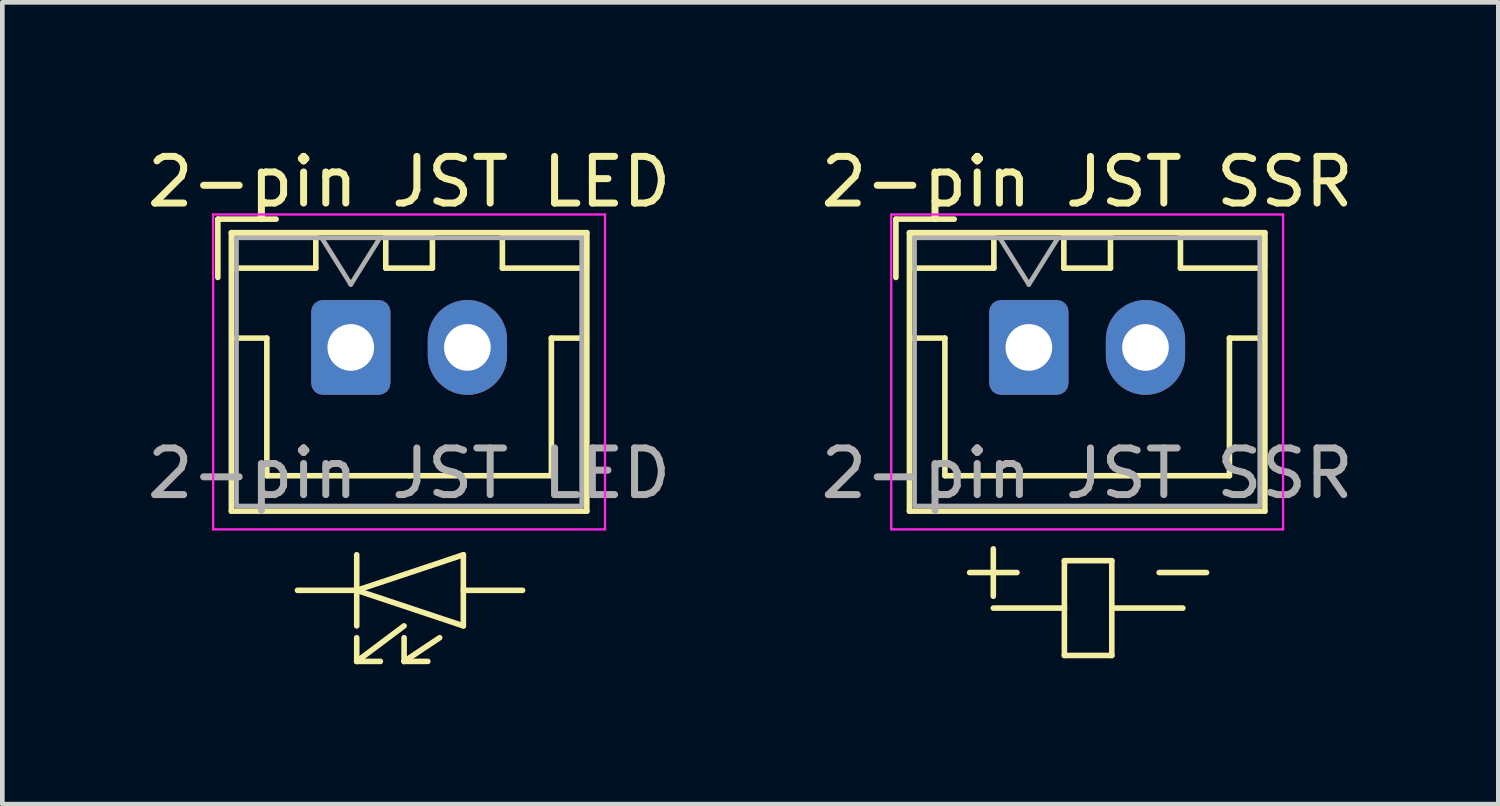
<source format=kicad_pcb>
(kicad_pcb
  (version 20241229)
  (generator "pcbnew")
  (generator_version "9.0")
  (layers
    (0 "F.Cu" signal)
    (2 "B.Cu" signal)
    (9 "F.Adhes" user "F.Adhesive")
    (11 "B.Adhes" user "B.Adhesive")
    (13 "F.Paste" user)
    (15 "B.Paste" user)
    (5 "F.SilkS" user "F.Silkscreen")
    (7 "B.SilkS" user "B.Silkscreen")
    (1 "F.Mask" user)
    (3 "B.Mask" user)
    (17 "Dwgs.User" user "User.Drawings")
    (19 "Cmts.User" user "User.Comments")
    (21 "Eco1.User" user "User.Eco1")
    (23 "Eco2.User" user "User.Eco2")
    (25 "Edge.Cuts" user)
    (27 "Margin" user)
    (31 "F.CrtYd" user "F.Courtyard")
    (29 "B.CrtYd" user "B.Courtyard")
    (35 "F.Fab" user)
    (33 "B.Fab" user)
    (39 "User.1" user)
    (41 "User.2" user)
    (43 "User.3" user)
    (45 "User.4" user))
  (footprint "2-pin JST LED"
    (layer "F.Cu")
    (at 4.47 4.398)
    (property "Reference" "2-pin JST LED" (at 1.25 -3.55 0) (layer "F.SilkS") (effects (font (size 1 1) (thickness 0.15))))
    (attr through_hole)
    (fp_line (start -2.85 -2.75) (end -2.85 -1.5) (stroke (width 0.12) (type solid)) (layer "F.SilkS"))
    (fp_line (start -2.56 -2.46) (end -2.56 3.51) (stroke (width 0.12) (type solid)) (layer "F.SilkS"))
    (fp_line (start -2.56 3.51) (end 5.06 3.51) (stroke (width 0.12) (type solid)) (layer "F.SilkS"))
    (fp_line (start -2.55 -2.45) (end -2.55 -1.7) (stroke (width 0.12) (type solid)) (layer "F.SilkS"))
    (fp_line (start -2.55 -1.7) (end -0.75 -1.7) (stroke (width 0.12) (type solid)) (layer "F.SilkS"))
    (fp_line (start -2.55 -0.2) (end -1.8 -0.2) (stroke (width 0.12) (type solid)) (layer "F.SilkS"))
    (fp_line (start -1.8 -0.2) (end -1.8 2.75) (stroke (width 0.12) (type solid)) (layer "F.SilkS"))
    (fp_line (start -1.8 2.75) (end 1.25 2.75) (stroke (width 0.12) (type solid)) (layer "F.SilkS"))
    (fp_line (start -1.6 -2.75) (end -2.85 -2.75) (stroke (width 0.12) (type solid)) (layer "F.SilkS"))
    (fp_line (start -0.75 -2.45) (end -2.55 -2.45) (stroke (width 0.12) (type solid)) (layer "F.SilkS"))
    (fp_line (start -0.75 -1.7) (end -0.75 -2.45) (stroke (width 0.12) (type solid)) (layer "F.SilkS"))
    (fp_line (start 0.127 4.445) (end 0.127 5.969) (stroke (width 0.12) (type default)) (layer "F.SilkS"))
    (fp_line (start 0.127 5.207) (end -1.143 5.207) (stroke (width 0.12) (type default)) (layer "F.SilkS"))
    (fp_line (start 0.127 5.207) (end 2.413 4.445) (stroke (width 0.12) (type default)) (layer "F.SilkS"))
    (fp_line (start 0.127 6.731) (end 0.127 6.223) (stroke (width 0.12) (type default)) (layer "F.SilkS"))
    (fp_line (start 0.127 6.731) (end 0.635 6.731) (stroke (width 0.12) (type default)) (layer "F.SilkS"))
    (fp_line (start 0.75 -2.45) (end 0.75 -1.7) (stroke (width 0.12) (type solid)) (layer "F.SilkS"))
    (fp_line (start 0.75 -1.7) (end 1.75 -1.7) (stroke (width 0.12) (type solid)) (layer "F.SilkS"))
    (fp_line (start 1.143 5.969) (end 0.127 6.731) (stroke (width 0.12) (type default)) (layer "F.SilkS"))
    (fp_line (start 1.143 6.731) (end 1.143 6.223) (stroke (width 0.12) (type default)) (layer "F.SilkS"))
    (fp_line (start 1.143 6.731) (end 1.651 6.731) (stroke (width 0.12) (type default)) (layer "F.SilkS"))
    (fp_line (start 1.75 -2.45) (end 0.75 -2.45) (stroke (width 0.12) (type solid)) (layer "F.SilkS"))
    (fp_line (start 1.75 -1.7) (end 1.75 -2.45) (stroke (width 0.12) (type solid)) (layer "F.SilkS"))
    (fp_line (start 1.905 6.223) (end 1.143 6.731) (stroke (width 0.12) (type default)) (layer "F.SilkS"))
    (fp_line (start 2.413 4.445) (end 2.413 5.969) (stroke (width 0.12) (type default)) (layer "F.SilkS"))
    (fp_line (start 2.413 5.207) (end 3.683 5.207) (stroke (width 0.12) (type default)) (layer "F.SilkS"))
    (fp_line (start 2.413 5.969) (end 0.127 5.207) (stroke (width 0.12) (type default)) (layer "F.SilkS"))
    (fp_line (start 3.25 -2.45) (end 3.25 -1.7) (stroke (width 0.12) (type solid)) (layer "F.SilkS"))
    (fp_line (start 3.25 -1.7) (end 5.05 -1.7) (stroke (width 0.12) (type solid)) (layer "F.SilkS"))
    (fp_line (start 4.3 -0.2) (end 4.3 2.75) (stroke (width 0.12) (type solid)) (layer "F.SilkS"))
    (fp_line (start 4.3 2.75) (end 1.25 2.75) (stroke (width 0.12) (type solid)) (layer "F.SilkS"))
    (fp_line (start 5.05 -2.45) (end 3.25 -2.45) (stroke (width 0.12) (type solid)) (layer "F.SilkS"))
    (fp_line (start 5.05 -1.7) (end 5.05 -2.45) (stroke (width 0.12) (type solid)) (layer "F.SilkS"))
    (fp_line (start 5.05 -0.2) (end 4.3 -0.2) (stroke (width 0.12) (type solid)) (layer "F.SilkS"))
    (fp_line (start 5.06 -2.46) (end -2.56 -2.46) (stroke (width 0.12) (type solid)) (layer "F.SilkS"))
    (fp_line (start 5.06 3.51) (end 5.06 -2.46) (stroke (width 0.12) (type solid)) (layer "F.SilkS"))
    (fp_line (start -2.95 -2.85) (end -2.95 3.9) (stroke (width 0.05) (type solid)) (layer "F.CrtYd"))
    (fp_line (start -2.95 3.9) (end 5.45 3.9) (stroke (width 0.05) (type solid)) (layer "F.CrtYd"))
    (fp_line (start 5.45 -2.85) (end -2.95 -2.85) (stroke (width 0.05) (type solid)) (layer "F.CrtYd"))
    (fp_line (start 5.45 3.9) (end 5.45 -2.85) (stroke (width 0.05) (type solid)) (layer "F.CrtYd"))
    (fp_line (start -2.45 -2.35) (end -2.45 3.4) (stroke (width 0.1) (type solid)) (layer "F.Fab"))
    (fp_line (start -2.45 3.4) (end 4.95 3.4) (stroke (width 0.1) (type solid)) (layer "F.Fab"))
    (fp_line (start -0.625 -2.35) (end 0 -1.35) (stroke (width 0.1) (type solid)) (layer "F.Fab"))
    (fp_line (start 0 -1.35) (end 0.625 -2.35) (stroke (width 0.1) (type solid)) (layer "F.Fab"))
    (fp_line (start 4.95 -2.35) (end -2.45 -2.35) (stroke (width 0.1) (type solid)) (layer "F.Fab"))
    (fp_line (start 4.95 3.4) (end 4.95 -2.35) (stroke (width 0.1) (type solid)) (layer "F.Fab"))
    (fp_text user "${REFERENCE}" (at 1.25 2.7 0) (layer "F.Fab") (effects (font (size 1 1) (thickness 0.15))))
    (pad "1" thru_hole roundrect (at 0 0) (size 1.7 2.032) (drill 1) (layers "*.Cu" "*.Mask") (roundrect_rratio 0.147))
    (pad "2" thru_hole oval (at 2.5 0) (size 1.7 2.032) (drill 1) (layers "*.Cu" "*.Mask")))
  (footprint "2-pin JST SSR"
    (layer "F.Cu")
    (at 19.006 4.398)
    (property "Reference" "2-pin JST SSR" (at 1.25 -3.55 0) (layer "F.SilkS") (effects (font (size 1 1) (thickness 0.15))))
    (attr through_hole)
    (fp_line (start -2.85 -2.75) (end -2.85 -1.5) (stroke (width 0.12) (type solid)) (layer "F.SilkS"))
    (fp_line (start -2.56 -2.46) (end -2.56 3.51) (stroke (width 0.12) (type solid)) (layer "F.SilkS"))
    (fp_line (start -2.56 3.51) (end 5.06 3.51) (stroke (width 0.12) (type solid)) (layer "F.SilkS"))
    (fp_line (start -2.55 -2.45) (end -2.55 -1.7) (stroke (width 0.12) (type solid)) (layer "F.SilkS"))
    (fp_line (start -2.55 -1.7) (end -0.75 -1.7) (stroke (width 0.12) (type solid)) (layer "F.SilkS"))
    (fp_line (start -2.55 -0.2) (end -1.8 -0.2) (stroke (width 0.12) (type solid)) (layer "F.SilkS"))
    (fp_line (start -1.8 -0.2) (end -1.8 2.75) (stroke (width 0.12) (type solid)) (layer "F.SilkS"))
    (fp_line (start -1.8 2.75) (end 1.25 2.75) (stroke (width 0.12) (type solid)) (layer "F.SilkS"))
    (fp_line (start -1.6 -2.75) (end -2.85 -2.75) (stroke (width 0.12) (type solid)) (layer "F.SilkS"))
    (fp_line (start -1.27 4.826) (end -0.254 4.826) (stroke (width 0.12) (type default)) (layer "F.SilkS"))
    (fp_line (start -0.762 5.334) (end -0.762 4.318) (stroke (width 0.12) (type default)) (layer "F.SilkS"))
    (fp_line (start -0.762 5.588) (end 0.762 5.588) (stroke (width 0.12) (type default)) (layer "F.SilkS"))
    (fp_line (start -0.75 -2.45) (end -2.55 -2.45) (stroke (width 0.12) (type solid)) (layer "F.SilkS"))
    (fp_line (start -0.75 -1.7) (end -0.75 -2.45) (stroke (width 0.12) (type solid)) (layer "F.SilkS"))
    (fp_line (start 0.75 -2.45) (end 0.75 -1.7) (stroke (width 0.12) (type solid)) (layer "F.SilkS"))
    (fp_line (start 0.75 -1.7) (end 1.75 -1.7) (stroke (width 0.12) (type solid)) (layer "F.SilkS"))
    (fp_line (start 0.762 4.572) (end 1.778 4.572) (stroke (width 0.12) (type default)) (layer "F.SilkS"))
    (fp_line (start 0.762 5.588) (end 0.762 4.572) (stroke (width 0.12) (type default)) (layer "F.SilkS"))
    (fp_line (start 0.762 6.604) (end 0.762 5.588) (stroke (width 0.12) (type default)) (layer "F.SilkS"))
    (fp_line (start 1.75 -2.45) (end 0.75 -2.45) (stroke (width 0.12) (type solid)) (layer "F.SilkS"))
    (fp_line (start 1.75 -1.7) (end 1.75 -2.45) (stroke (width 0.12) (type solid)) (layer "F.SilkS"))
    (fp_line (start 1.778 4.572) (end 1.778 6.604) (stroke (width 0.12) (type default)) (layer "F.SilkS"))
    (fp_line (start 1.778 5.588) (end 3.302 5.588) (stroke (width 0.12) (type default)) (layer "F.SilkS"))
    (fp_line (start 1.778 6.604) (end 0.762 6.604) (stroke (width 0.12) (type default)) (layer "F.SilkS"))
    (fp_line (start 2.794 4.826) (end 3.81 4.826) (stroke (width 0.12) (type default)) (layer "F.SilkS"))
    (fp_line (start 3.25 -2.45) (end 3.25 -1.7) (stroke (width 0.12) (type solid)) (layer "F.SilkS"))
    (fp_line (start 3.25 -1.7) (end 5.05 -1.7) (stroke (width 0.12) (type solid)) (layer "F.SilkS"))
    (fp_line (start 4.3 -0.2) (end 4.3 2.75) (stroke (width 0.12) (type solid)) (layer "F.SilkS"))
    (fp_line (start 4.3 2.75) (end 1.25 2.75) (stroke (width 0.12) (type solid)) (layer "F.SilkS"))
    (fp_line (start 5.05 -2.45) (end 3.25 -2.45) (stroke (width 0.12) (type solid)) (layer "F.SilkS"))
    (fp_line (start 5.05 -1.7) (end 5.05 -2.45) (stroke (width 0.12) (type solid)) (layer "F.SilkS"))
    (fp_line (start 5.05 -0.2) (end 4.3 -0.2) (stroke (width 0.12) (type solid)) (layer "F.SilkS"))
    (fp_line (start 5.06 -2.46) (end -2.56 -2.46) (stroke (width 0.12) (type solid)) (layer "F.SilkS"))
    (fp_line (start 5.06 3.51) (end 5.06 -2.46) (stroke (width 0.12) (type solid)) (layer "F.SilkS"))
    (fp_line (start -2.95 -2.85) (end -2.95 3.9) (stroke (width 0.05) (type solid)) (layer "F.CrtYd"))
    (fp_line (start -2.95 3.9) (end 5.45 3.9) (stroke (width 0.05) (type solid)) (layer "F.CrtYd"))
    (fp_line (start 5.45 -2.85) (end -2.95 -2.85) (stroke (width 0.05) (type solid)) (layer "F.CrtYd"))
    (fp_line (start 5.45 3.9) (end 5.45 -2.85) (stroke (width 0.05) (type solid)) (layer "F.CrtYd"))
    (fp_line (start -2.45 -2.35) (end -2.45 3.4) (stroke (width 0.1) (type solid)) (layer "F.Fab"))
    (fp_line (start -2.45 3.4) (end 4.95 3.4) (stroke (width 0.1) (type solid)) (layer "F.Fab"))
    (fp_line (start -0.625 -2.35) (end 0 -1.35) (stroke (width 0.1) (type solid)) (layer "F.Fab"))
    (fp_line (start 0 -1.35) (end 0.625 -2.35) (stroke (width 0.1) (type solid)) (layer "F.Fab"))
    (fp_line (start 4.95 -2.35) (end -2.45 -2.35) (stroke (width 0.1) (type solid)) (layer "F.Fab"))
    (fp_line (start 4.95 3.4) (end 4.95 -2.35) (stroke (width 0.1) (type solid)) (layer "F.Fab"))
    (fp_text user "${REFERENCE}" (at 1.25 2.7 0) (layer "F.Fab") (effects (font (size 1 1) (thickness 0.15))))
    (pad "1" thru_hole roundrect (at 0 0) (size 1.7 2.032) (drill 1) (layers "*.Cu" "*.Mask") (roundrect_rratio 0.147))
    (pad "2" thru_hole oval (at 2.5 0) (size 1.7 2.032) (drill 1) (layers "*.Cu" "*.Mask")))
  (gr_rect
    (start -3 -3)
    (end 29.071 14.189)
    (stroke (width 0.1) (type default))
    (fill no)
    (layer "Edge.Cuts")))
</source>
